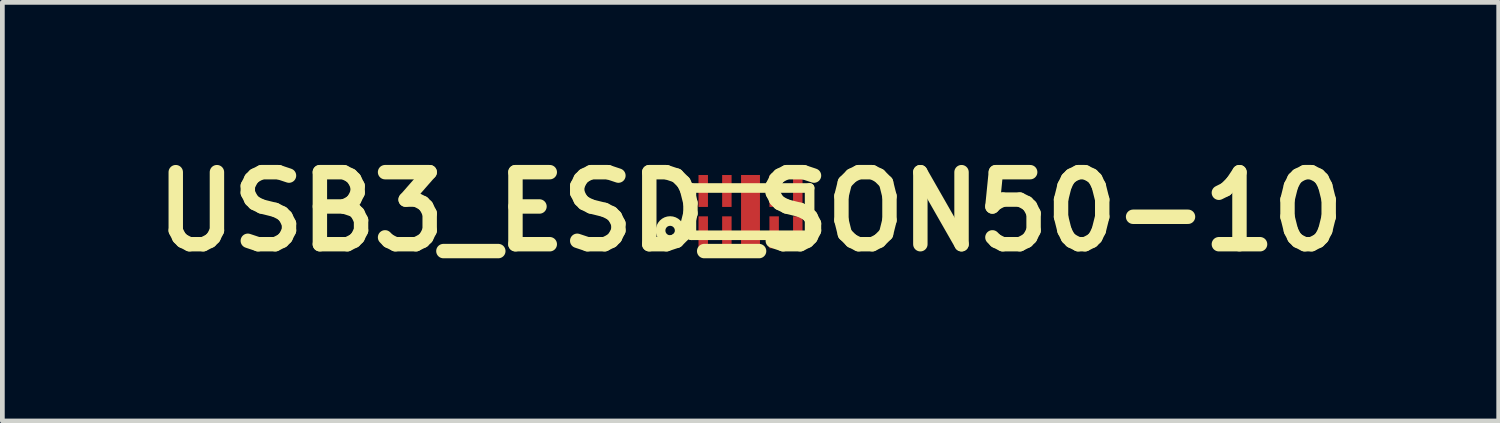
<source format=kicad_pcb>
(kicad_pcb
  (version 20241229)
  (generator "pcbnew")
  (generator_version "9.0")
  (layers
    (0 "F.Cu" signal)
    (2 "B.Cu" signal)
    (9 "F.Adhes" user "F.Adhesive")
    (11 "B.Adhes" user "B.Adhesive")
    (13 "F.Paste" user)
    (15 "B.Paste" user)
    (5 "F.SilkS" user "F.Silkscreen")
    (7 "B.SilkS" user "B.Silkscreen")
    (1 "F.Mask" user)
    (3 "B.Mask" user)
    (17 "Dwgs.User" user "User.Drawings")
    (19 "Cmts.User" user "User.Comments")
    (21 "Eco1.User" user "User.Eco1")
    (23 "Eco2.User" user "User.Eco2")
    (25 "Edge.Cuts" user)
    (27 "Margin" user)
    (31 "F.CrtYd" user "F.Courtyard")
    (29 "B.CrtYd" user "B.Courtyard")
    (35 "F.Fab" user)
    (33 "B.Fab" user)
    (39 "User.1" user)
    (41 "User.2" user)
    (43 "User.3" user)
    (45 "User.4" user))
  (footprint "USB3_ESD_SON50-10"
    (layer "F.Cu")
    (at 12.823 1.426)
    (property "Reference" "USB3_ESD_SON50-10" (at 0 0 0) (layer "F.SilkS") (effects (font (size 1.524 1.524) (thickness 0.305))))
    (attr through_hole)
    (fp_line (start -1.25 -0.5) (end 1.25 -0.5) (stroke (width 0.203) (type solid)) (layer "F.SilkS"))
    (fp_line (start -1.25 0.5) (end -1.25 -0.5) (stroke (width 0.203) (type solid)) (layer "F.SilkS"))
    (fp_line (start 1.25 -0.5) (end 1.25 0.5) (stroke (width 0.203) (type solid)) (layer "F.SilkS"))
    (fp_line (start 1.25 0.5) (end -1.25 0.5) (stroke (width 0.203) (type solid)) (layer "F.SilkS"))
    (fp_circle (center -1.7 0.4) (end -1.6 0.4) (stroke (width 0.203) (type solid)) (fill no) (layer "F.SilkS"))
    (pad "1" smd rect (at -1 -0.437) (size 0.2 0.675) (layers "F.Cu" "F.Mask" "F.Paste"))
    (pad "1" smd rect (at -1 0.437) (size 0.2 0.675) (layers "F.Cu" "F.Mask" "F.Paste"))
    (pad "2" smd rect (at -0.5 -0.437) (size 0.2 0.675) (layers "F.Cu" "F.Mask" "F.Paste"))
    (pad "2" smd rect (at -0.5 0.437) (size 0.2 0.675) (layers "F.Cu" "F.Mask" "F.Paste"))
    (pad "3" smd rect (at 0 0) (size 0.4 1.55) (layers "F.Cu" "F.Mask" "F.Paste"))
    (pad "4" smd rect (at 0.5 -0.437) (size 0.2 0.675) (layers "F.Cu" "F.Mask" "F.Paste"))
    (pad "4" smd rect (at 0.5 0.437) (size 0.2 0.675) (layers "F.Cu" "F.Mask" "F.Paste"))
    (pad "5" smd rect (at 1 -0.437) (size 0.2 0.675) (layers "F.Cu" "F.Mask" "F.Paste"))
    (pad "5" smd rect (at 1 0.437) (size 0.2 0.675) (layers "F.Cu" "F.Mask" "F.Paste")))
  (gr_rect
    (start -3 -3)
    (end 28.647 5.853)
    (stroke (width 0.1) (type default))
    (fill no)
    (layer "Edge.Cuts")))
</source>
